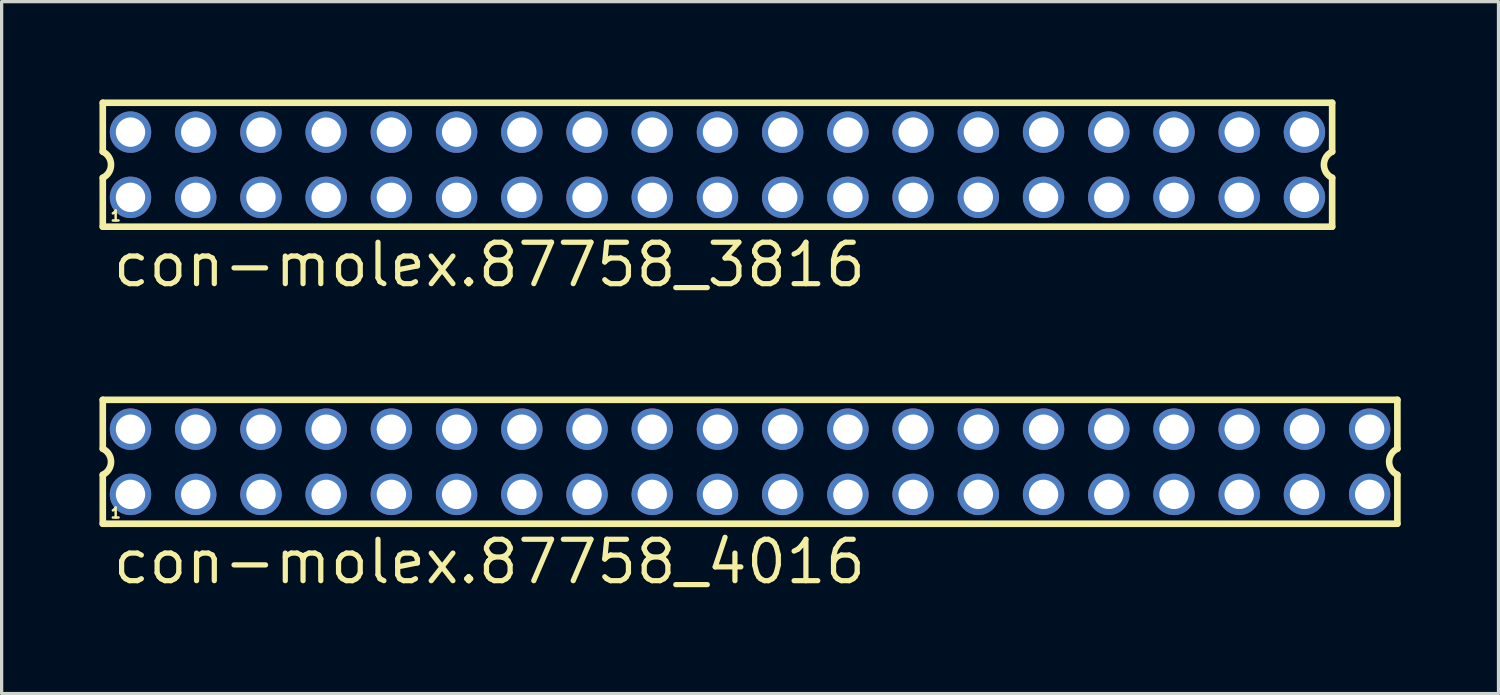
<source format=kicad_pcb>
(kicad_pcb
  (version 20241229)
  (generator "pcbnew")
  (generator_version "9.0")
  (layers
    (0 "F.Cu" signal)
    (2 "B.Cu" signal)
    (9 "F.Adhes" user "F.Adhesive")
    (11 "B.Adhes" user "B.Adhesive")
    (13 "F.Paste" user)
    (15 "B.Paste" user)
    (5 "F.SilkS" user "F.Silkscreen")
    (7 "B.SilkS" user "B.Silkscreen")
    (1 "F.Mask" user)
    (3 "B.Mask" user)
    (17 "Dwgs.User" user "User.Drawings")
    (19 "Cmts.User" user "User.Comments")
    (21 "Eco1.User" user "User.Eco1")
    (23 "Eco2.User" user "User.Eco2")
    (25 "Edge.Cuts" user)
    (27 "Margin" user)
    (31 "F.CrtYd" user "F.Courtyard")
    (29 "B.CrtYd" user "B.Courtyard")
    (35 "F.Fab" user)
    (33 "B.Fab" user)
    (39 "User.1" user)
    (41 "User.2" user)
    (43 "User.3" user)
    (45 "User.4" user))
  (footprint "con-molex.87758_4016"
    (layer "F.Cu")
    (at 19.952 11.111)
    (property "Reference" "con-molex.87758_4016" (at -19.62 3.81 0) (layer "F.SilkS") (effects (font (size 1.27 1.27) (thickness 0.16)) (justify left bottom)))
    (attr through_hole)
    (fp_line (start -19.85 -1.9) (end -19.85 -0.4) (stroke (width 0.203) (type default)) (layer "F.SilkS"))
    (fp_line (start -19.85 0.4) (end -19.85 1.9) (stroke (width 0.203) (type default)) (layer "F.SilkS"))
    (fp_line (start -19.85 1.9) (end 19.85 1.9) (stroke (width 0.203) (type default)) (layer "F.SilkS"))
    (fp_line (start 19.85 -1.9) (end -19.85 -1.9) (stroke (width 0.203) (type default)) (layer "F.SilkS"))
    (fp_line (start 19.85 -0.4) (end 19.85 -1.9) (stroke (width 0.203) (type default)) (layer "F.SilkS"))
    (fp_line (start 19.85 1.9) (end 19.85 0.4) (stroke (width 0.203) (type default)) (layer "F.SilkS"))
    (fp_arc (start -19.85 -0.4) (mid -19.597168 0) (end -19.85 0.4) (stroke (width 0.2032) (type default)) (layer "F.SilkS"))
    (fp_arc (start 19.85 0.4) (mid 19.597168 0) (end 19.85 -0.4) (stroke (width 0.2032) (type default)) (layer "F.SilkS"))
    (fp_rect (start -19.25 -0.75) (end -18.75 -1.25) (stroke (width 0.05) (type default)) (fill no) (layer "F.Fab"))
    (fp_rect (start -19.25 1.25) (end -18.75 0.75) (stroke (width 0.05) (type default)) (fill no) (layer "F.Fab"))
    (fp_rect (start -17.25 -0.75) (end -16.75 -1.25) (stroke (width 0.05) (type default)) (fill no) (layer "F.Fab"))
    (fp_rect (start -17.25 1.25) (end -16.75 0.75) (stroke (width 0.05) (type default)) (fill no) (layer "F.Fab"))
    (fp_rect (start -15.25 -0.75) (end -14.75 -1.25) (stroke (width 0.05) (type default)) (fill no) (layer "F.Fab"))
    (fp_rect (start -15.25 1.25) (end -14.75 0.75) (stroke (width 0.05) (type default)) (fill no) (layer "F.Fab"))
    (fp_rect (start -13.25 -0.75) (end -12.75 -1.25) (stroke (width 0.05) (type default)) (fill no) (layer "F.Fab"))
    (fp_rect (start -13.25 1.25) (end -12.75 0.75) (stroke (width 0.05) (type default)) (fill no) (layer "F.Fab"))
    (fp_rect (start -11.25 -0.75) (end -10.75 -1.25) (stroke (width 0.05) (type default)) (fill no) (layer "F.Fab"))
    (fp_rect (start -11.25 1.25) (end -10.75 0.75) (stroke (width 0.05) (type default)) (fill no) (layer "F.Fab"))
    (fp_rect (start -9.25 -0.75) (end -8.75 -1.25) (stroke (width 0.05) (type default)) (fill no) (layer "F.Fab"))
    (fp_rect (start -9.25 1.25) (end -8.75 0.75) (stroke (width 0.05) (type default)) (fill no) (layer "F.Fab"))
    (fp_rect (start -7.25 -0.75) (end -6.75 -1.25) (stroke (width 0.05) (type default)) (fill no) (layer "F.Fab"))
    (fp_rect (start -7.25 1.25) (end -6.75 0.75) (stroke (width 0.05) (type default)) (fill no) (layer "F.Fab"))
    (fp_rect (start -5.25 -0.75) (end -4.75 -1.25) (stroke (width 0.05) (type default)) (fill no) (layer "F.Fab"))
    (fp_rect (start -5.25 1.25) (end -4.75 0.75) (stroke (width 0.05) (type default)) (fill no) (layer "F.Fab"))
    (fp_rect (start -3.25 -0.75) (end -2.75 -1.25) (stroke (width 0.05) (type default)) (fill no) (layer "F.Fab"))
    (fp_rect (start -3.25 1.25) (end -2.75 0.75) (stroke (width 0.05) (type default)) (fill no) (layer "F.Fab"))
    (fp_rect (start -1.25 -0.75) (end -0.75 -1.25) (stroke (width 0.05) (type default)) (fill no) (layer "F.Fab"))
    (fp_rect (start -1.25 1.25) (end -0.75 0.75) (stroke (width 0.05) (type default)) (fill no) (layer "F.Fab"))
    (fp_rect (start 0.75 -0.75) (end 1.25 -1.25) (stroke (width 0.05) (type default)) (fill no) (layer "F.Fab"))
    (fp_rect (start 0.75 1.25) (end 1.25 0.75) (stroke (width 0.05) (type default)) (fill no) (layer "F.Fab"))
    (fp_rect (start 2.75 -0.75) (end 3.25 -1.25) (stroke (width 0.05) (type default)) (fill no) (layer "F.Fab"))
    (fp_rect (start 2.75 1.25) (end 3.25 0.75) (stroke (width 0.05) (type default)) (fill no) (layer "F.Fab"))
    (fp_rect (start 4.75 -0.75) (end 5.25 -1.25) (stroke (width 0.05) (type default)) (fill no) (layer "F.Fab"))
    (fp_rect (start 4.75 1.25) (end 5.25 0.75) (stroke (width 0.05) (type default)) (fill no) (layer "F.Fab"))
    (fp_rect (start 6.75 -0.75) (end 7.25 -1.25) (stroke (width 0.05) (type default)) (fill no) (layer "F.Fab"))
    (fp_rect (start 6.75 1.25) (end 7.25 0.75) (stroke (width 0.05) (type default)) (fill no) (layer "F.Fab"))
    (fp_rect (start 8.75 -0.75) (end 9.25 -1.25) (stroke (width 0.05) (type default)) (fill no) (layer "F.Fab"))
    (fp_rect (start 8.75 1.25) (end 9.25 0.75) (stroke (width 0.05) (type default)) (fill no) (layer "F.Fab"))
    (fp_rect (start 10.75 -0.75) (end 11.25 -1.25) (stroke (width 0.05) (type default)) (fill no) (layer "F.Fab"))
    (fp_rect (start 10.75 1.25) (end 11.25 0.75) (stroke (width 0.05) (type default)) (fill no) (layer "F.Fab"))
    (fp_rect (start 12.75 -0.75) (end 13.25 -1.25) (stroke (width 0.05) (type default)) (fill no) (layer "F.Fab"))
    (fp_rect (start 12.75 1.25) (end 13.25 0.75) (stroke (width 0.05) (type default)) (fill no) (layer "F.Fab"))
    (fp_rect (start 14.75 -0.75) (end 15.25 -1.25) (stroke (width 0.05) (type default)) (fill no) (layer "F.Fab"))
    (fp_rect (start 14.75 1.25) (end 15.25 0.75) (stroke (width 0.05) (type default)) (fill no) (layer "F.Fab"))
    (fp_rect (start 16.75 -0.75) (end 17.25 -1.25) (stroke (width 0.05) (type default)) (fill no) (layer "F.Fab"))
    (fp_rect (start 16.75 1.25) (end 17.25 0.75) (stroke (width 0.05) (type default)) (fill no) (layer "F.Fab"))
    (fp_rect (start 18.75 -0.75) (end 19.25 -1.25) (stroke (width 0.05) (type default)) (fill no) (layer "F.Fab"))
    (fp_rect (start 18.75 1.25) (end 19.25 0.75) (stroke (width 0.05) (type default)) (fill no) (layer "F.Fab"))
    (fp_text user "1" (at -19.65 1.75 0) (layer "F.SilkS") (effects (font (size 0.305 0.305) (thickness 0.15)) (justify left bottom)))
    (pad "1" thru_hole circle (at -19 1) (size 1.27 1.27) (drill 0.9) (layers "*.Cu" "*.Mask"))
    (pad "2" thru_hole circle (at -19 -1) (size 1.27 1.27) (drill 0.9) (layers "*.Cu" "*.Mask"))
    (pad "3" thru_hole circle (at -17 1) (size 1.27 1.27) (drill 0.9) (layers "*.Cu" "*.Mask"))
    (pad "4" thru_hole circle (at -17 -1) (size 1.27 1.27) (drill 0.9) (layers "*.Cu" "*.Mask"))
    (pad "5" thru_hole circle (at -15 1) (size 1.27 1.27) (drill 0.9) (layers "*.Cu" "*.Mask"))
    (pad "6" thru_hole circle (at -15 -1) (size 1.27 1.27) (drill 0.9) (layers "*.Cu" "*.Mask"))
    (pad "7" thru_hole circle (at -13 1) (size 1.27 1.27) (drill 0.9) (layers "*.Cu" "*.Mask"))
    (pad "8" thru_hole circle (at -13 -1) (size 1.27 1.27) (drill 0.9) (layers "*.Cu" "*.Mask"))
    (pad "9" thru_hole circle (at -11 1) (size 1.27 1.27) (drill 0.9) (layers "*.Cu" "*.Mask"))
    (pad "10" thru_hole circle (at -11 -1) (size 1.27 1.27) (drill 0.9) (layers "*.Cu" "*.Mask"))
    (pad "11" thru_hole circle (at -9 1) (size 1.27 1.27) (drill 0.9) (layers "*.Cu" "*.Mask"))
    (pad "12" thru_hole circle (at -9 -1) (size 1.27 1.27) (drill 0.9) (layers "*.Cu" "*.Mask"))
    (pad "13" thru_hole circle (at -7 1) (size 1.27 1.27) (drill 0.9) (layers "*.Cu" "*.Mask"))
    (pad "14" thru_hole circle (at -7 -1) (size 1.27 1.27) (drill 0.9) (layers "*.Cu" "*.Mask"))
    (pad "15" thru_hole circle (at -5 1) (size 1.27 1.27) (drill 0.9) (layers "*.Cu" "*.Mask"))
    (pad "16" thru_hole circle (at -5 -1) (size 1.27 1.27) (drill 0.9) (layers "*.Cu" "*.Mask"))
    (pad "17" thru_hole circle (at -3 1) (size 1.27 1.27) (drill 0.9) (layers "*.Cu" "*.Mask"))
    (pad "18" thru_hole circle (at -3 -1) (size 1.27 1.27) (drill 0.9) (layers "*.Cu" "*.Mask"))
    (pad "19" thru_hole circle (at -1 1) (size 1.27 1.27) (drill 0.9) (layers "*.Cu" "*.Mask"))
    (pad "20" thru_hole circle (at -1 -1) (size 1.27 1.27) (drill 0.9) (layers "*.Cu" "*.Mask"))
    (pad "21" thru_hole circle (at 1 1) (size 1.27 1.27) (drill 0.9) (layers "*.Cu" "*.Mask"))
    (pad "22" thru_hole circle (at 1 -1) (size 1.27 1.27) (drill 0.9) (layers "*.Cu" "*.Mask"))
    (pad "23" thru_hole circle (at 3 1) (size 1.27 1.27) (drill 0.9) (layers "*.Cu" "*.Mask"))
    (pad "24" thru_hole circle (at 3 -1) (size 1.27 1.27) (drill 0.9) (layers "*.Cu" "*.Mask"))
    (pad "25" thru_hole circle (at 5 1) (size 1.27 1.27) (drill 0.9) (layers "*.Cu" "*.Mask"))
    (pad "26" thru_hole circle (at 5 -1) (size 1.27 1.27) (drill 0.9) (layers "*.Cu" "*.Mask"))
    (pad "27" thru_hole circle (at 7 1) (size 1.27 1.27) (drill 0.9) (layers "*.Cu" "*.Mask"))
    (pad "28" thru_hole circle (at 7 -1) (size 1.27 1.27) (drill 0.9) (layers "*.Cu" "*.Mask"))
    (pad "29" thru_hole circle (at 9 1) (size 1.27 1.27) (drill 0.9) (layers "*.Cu" "*.Mask"))
    (pad "30" thru_hole circle (at 9 -1) (size 1.27 1.27) (drill 0.9) (layers "*.Cu" "*.Mask"))
    (pad "31" thru_hole circle (at 11 1) (size 1.27 1.27) (drill 0.9) (layers "*.Cu" "*.Mask"))
    (pad "32" thru_hole circle (at 11 -1) (size 1.27 1.27) (drill 0.9) (layers "*.Cu" "*.Mask"))
    (pad "33" thru_hole circle (at 13 1) (size 1.27 1.27) (drill 0.9) (layers "*.Cu" "*.Mask"))
    (pad "34" thru_hole circle (at 13 -1) (size 1.27 1.27) (drill 0.9) (layers "*.Cu" "*.Mask"))
    (pad "35" thru_hole circle (at 15 1) (size 1.27 1.27) (drill 0.9) (layers "*.Cu" "*.Mask"))
    (pad "36" thru_hole circle (at 15 -1) (size 1.27 1.27) (drill 0.9) (layers "*.Cu" "*.Mask"))
    (pad "37" thru_hole circle (at 17 1) (size 1.27 1.27) (drill 0.9) (layers "*.Cu" "*.Mask"))
    (pad "38" thru_hole circle (at 17 -1) (size 1.27 1.27) (drill 0.9) (layers "*.Cu" "*.Mask"))
    (pad "39" thru_hole circle (at 19 1) (size 1.27 1.27) (drill 0.9) (layers "*.Cu" "*.Mask"))
    (pad "40" thru_hole circle (at 19 -1) (size 1.27 1.27) (drill 0.9) (layers "*.Cu" "*.Mask")))
  (footprint "con-molex.87758_3816"
    (layer "F.Cu")
    (at 18.952 2.002)
    (property "Reference" "con-molex.87758_3816" (at -18.62 3.81 0) (layer "F.SilkS") (effects (font (size 1.27 1.27) (thickness 0.16)) (justify left bottom)))
    (attr through_hole)
    (fp_line (start -18.85 -1.9) (end -18.85 -0.4) (stroke (width 0.203) (type default)) (layer "F.SilkS"))
    (fp_line (start -18.85 0.4) (end -18.85 1.9) (stroke (width 0.203) (type default)) (layer "F.SilkS"))
    (fp_line (start -18.85 1.9) (end 18.85 1.9) (stroke (width 0.203) (type default)) (layer "F.SilkS"))
    (fp_line (start 18.85 -1.9) (end -18.85 -1.9) (stroke (width 0.203) (type default)) (layer "F.SilkS"))
    (fp_line (start 18.85 -0.4) (end 18.85 -1.9) (stroke (width 0.203) (type default)) (layer "F.SilkS"))
    (fp_line (start 18.85 1.9) (end 18.85 0.4) (stroke (width 0.203) (type default)) (layer "F.SilkS"))
    (fp_arc (start -18.85 -0.4) (mid -18.597168 0) (end -18.85 0.4) (stroke (width 0.2032) (type default)) (layer "F.SilkS"))
    (fp_arc (start 18.85 0.4) (mid 18.597168 0) (end 18.85 -0.4) (stroke (width 0.2032) (type default)) (layer "F.SilkS"))
    (fp_rect (start -18.25 -0.75) (end -17.75 -1.25) (stroke (width 0.05) (type default)) (fill no) (layer "F.Fab"))
    (fp_rect (start -18.25 1.25) (end -17.75 0.75) (stroke (width 0.05) (type default)) (fill no) (layer "F.Fab"))
    (fp_rect (start -16.25 -0.75) (end -15.75 -1.25) (stroke (width 0.05) (type default)) (fill no) (layer "F.Fab"))
    (fp_rect (start -16.25 1.25) (end -15.75 0.75) (stroke (width 0.05) (type default)) (fill no) (layer "F.Fab"))
    (fp_rect (start -14.25 -0.75) (end -13.75 -1.25) (stroke (width 0.05) (type default)) (fill no) (layer "F.Fab"))
    (fp_rect (start -14.25 1.25) (end -13.75 0.75) (stroke (width 0.05) (type default)) (fill no) (layer "F.Fab"))
    (fp_rect (start -12.25 -0.75) (end -11.75 -1.25) (stroke (width 0.05) (type default)) (fill no) (layer "F.Fab"))
    (fp_rect (start -12.25 1.25) (end -11.75 0.75) (stroke (width 0.05) (type default)) (fill no) (layer "F.Fab"))
    (fp_rect (start -10.25 -0.75) (end -9.75 -1.25) (stroke (width 0.05) (type default)) (fill no) (layer "F.Fab"))
    (fp_rect (start -10.25 1.25) (end -9.75 0.75) (stroke (width 0.05) (type default)) (fill no) (layer "F.Fab"))
    (fp_rect (start -8.25 -0.75) (end -7.75 -1.25) (stroke (width 0.05) (type default)) (fill no) (layer "F.Fab"))
    (fp_rect (start -8.25 1.25) (end -7.75 0.75) (stroke (width 0.05) (type default)) (fill no) (layer "F.Fab"))
    (fp_rect (start -6.25 -0.75) (end -5.75 -1.25) (stroke (width 0.05) (type default)) (fill no) (layer "F.Fab"))
    (fp_rect (start -6.25 1.25) (end -5.75 0.75) (stroke (width 0.05) (type default)) (fill no) (layer "F.Fab"))
    (fp_rect (start -4.25 -0.75) (end -3.75 -1.25) (stroke (width 0.05) (type default)) (fill no) (layer "F.Fab"))
    (fp_rect (start -4.25 1.25) (end -3.75 0.75) (stroke (width 0.05) (type default)) (fill no) (layer "F.Fab"))
    (fp_rect (start -2.25 -0.75) (end -1.75 -1.25) (stroke (width 0.05) (type default)) (fill no) (layer "F.Fab"))
    (fp_rect (start -2.25 1.25) (end -1.75 0.75) (stroke (width 0.05) (type default)) (fill no) (layer "F.Fab"))
    (fp_rect (start -0.25 -0.75) (end 0.25 -1.25) (stroke (width 0.05) (type default)) (fill no) (layer "F.Fab"))
    (fp_rect (start -0.25 1.25) (end 0.25 0.75) (stroke (width 0.05) (type default)) (fill no) (layer "F.Fab"))
    (fp_rect (start 1.75 -0.75) (end 2.25 -1.25) (stroke (width 0.05) (type default)) (fill no) (layer "F.Fab"))
    (fp_rect (start 1.75 1.25) (end 2.25 0.75) (stroke (width 0.05) (type default)) (fill no) (layer "F.Fab"))
    (fp_rect (start 3.75 -0.75) (end 4.25 -1.25) (stroke (width 0.05) (type default)) (fill no) (layer "F.Fab"))
    (fp_rect (start 3.75 1.25) (end 4.25 0.75) (stroke (width 0.05) (type default)) (fill no) (layer "F.Fab"))
    (fp_rect (start 5.75 -0.75) (end 6.25 -1.25) (stroke (width 0.05) (type default)) (fill no) (layer "F.Fab"))
    (fp_rect (start 5.75 1.25) (end 6.25 0.75) (stroke (width 0.05) (type default)) (fill no) (layer "F.Fab"))
    (fp_rect (start 7.75 -0.75) (end 8.25 -1.25) (stroke (width 0.05) (type default)) (fill no) (layer "F.Fab"))
    (fp_rect (start 7.75 1.25) (end 8.25 0.75) (stroke (width 0.05) (type default)) (fill no) (layer "F.Fab"))
    (fp_rect (start 9.75 -0.75) (end 10.25 -1.25) (stroke (width 0.05) (type default)) (fill no) (layer "F.Fab"))
    (fp_rect (start 9.75 1.25) (end 10.25 0.75) (stroke (width 0.05) (type default)) (fill no) (layer "F.Fab"))
    (fp_rect (start 11.75 -0.75) (end 12.25 -1.25) (stroke (width 0.05) (type default)) (fill no) (layer "F.Fab"))
    (fp_rect (start 11.75 1.25) (end 12.25 0.75) (stroke (width 0.05) (type default)) (fill no) (layer "F.Fab"))
    (fp_rect (start 13.75 -0.75) (end 14.25 -1.25) (stroke (width 0.05) (type default)) (fill no) (layer "F.Fab"))
    (fp_rect (start 13.75 1.25) (end 14.25 0.75) (stroke (width 0.05) (type default)) (fill no) (layer "F.Fab"))
    (fp_rect (start 15.75 -0.75) (end 16.25 -1.25) (stroke (width 0.05) (type default)) (fill no) (layer "F.Fab"))
    (fp_rect (start 15.75 1.25) (end 16.25 0.75) (stroke (width 0.05) (type default)) (fill no) (layer "F.Fab"))
    (fp_rect (start 17.75 -0.75) (end 18.25 -1.25) (stroke (width 0.05) (type default)) (fill no) (layer "F.Fab"))
    (fp_rect (start 17.75 1.25) (end 18.25 0.75) (stroke (width 0.05) (type default)) (fill no) (layer "F.Fab"))
    (fp_text user "1" (at -18.65 1.75 0) (layer "F.SilkS") (effects (font (size 0.305 0.305) (thickness 0.15)) (justify left bottom)))
    (pad "1" thru_hole circle (at -18 1) (size 1.27 1.27) (drill 0.9) (layers "*.Cu" "*.Mask"))
    (pad "2" thru_hole circle (at -18 -1) (size 1.27 1.27) (drill 0.9) (layers "*.Cu" "*.Mask"))
    (pad "3" thru_hole circle (at -16 1) (size 1.27 1.27) (drill 0.9) (layers "*.Cu" "*.Mask"))
    (pad "4" thru_hole circle (at -16 -1) (size 1.27 1.27) (drill 0.9) (layers "*.Cu" "*.Mask"))
    (pad "5" thru_hole circle (at -14 1) (size 1.27 1.27) (drill 0.9) (layers "*.Cu" "*.Mask"))
    (pad "6" thru_hole circle (at -14 -1) (size 1.27 1.27) (drill 0.9) (layers "*.Cu" "*.Mask"))
    (pad "7" thru_hole circle (at -12 1) (size 1.27 1.27) (drill 0.9) (layers "*.Cu" "*.Mask"))
    (pad "8" thru_hole circle (at -12 -1) (size 1.27 1.27) (drill 0.9) (layers "*.Cu" "*.Mask"))
    (pad "9" thru_hole circle (at -10 1) (size 1.27 1.27) (drill 0.9) (layers "*.Cu" "*.Mask"))
    (pad "10" thru_hole circle (at -10 -1) (size 1.27 1.27) (drill 0.9) (layers "*.Cu" "*.Mask"))
    (pad "11" thru_hole circle (at -8 1) (size 1.27 1.27) (drill 0.9) (layers "*.Cu" "*.Mask"))
    (pad "12" thru_hole circle (at -8 -1) (size 1.27 1.27) (drill 0.9) (layers "*.Cu" "*.Mask"))
    (pad "13" thru_hole circle (at -6 1) (size 1.27 1.27) (drill 0.9) (layers "*.Cu" "*.Mask"))
    (pad "14" thru_hole circle (at -6 -1) (size 1.27 1.27) (drill 0.9) (layers "*.Cu" "*.Mask"))
    (pad "15" thru_hole circle (at -4 1) (size 1.27 1.27) (drill 0.9) (layers "*.Cu" "*.Mask"))
    (pad "16" thru_hole circle (at -4 -1) (size 1.27 1.27) (drill 0.9) (layers "*.Cu" "*.Mask"))
    (pad "17" thru_hole circle (at -2 1) (size 1.27 1.27) (drill 0.9) (layers "*.Cu" "*.Mask"))
    (pad "18" thru_hole circle (at -2 -1) (size 1.27 1.27) (drill 0.9) (layers "*.Cu" "*.Mask"))
    (pad "19" thru_hole circle (at 0 1) (size 1.27 1.27) (drill 0.9) (layers "*.Cu" "*.Mask"))
    (pad "20" thru_hole circle (at 0 -1) (size 1.27 1.27) (drill 0.9) (layers "*.Cu" "*.Mask"))
    (pad "21" thru_hole circle (at 2 1) (size 1.27 1.27) (drill 0.9) (layers "*.Cu" "*.Mask"))
    (pad "22" thru_hole circle (at 2 -1) (size 1.27 1.27) (drill 0.9) (layers "*.Cu" "*.Mask"))
    (pad "23" thru_hole circle (at 4 1) (size 1.27 1.27) (drill 0.9) (layers "*.Cu" "*.Mask"))
    (pad "24" thru_hole circle (at 4 -1) (size 1.27 1.27) (drill 0.9) (layers "*.Cu" "*.Mask"))
    (pad "25" thru_hole circle (at 6 1) (size 1.27 1.27) (drill 0.9) (layers "*.Cu" "*.Mask"))
    (pad "26" thru_hole circle (at 6 -1) (size 1.27 1.27) (drill 0.9) (layers "*.Cu" "*.Mask"))
    (pad "27" thru_hole circle (at 8 1) (size 1.27 1.27) (drill 0.9) (layers "*.Cu" "*.Mask"))
    (pad "28" thru_hole circle (at 8 -1) (size 1.27 1.27) (drill 0.9) (layers "*.Cu" "*.Mask"))
    (pad "29" thru_hole circle (at 10 1) (size 1.27 1.27) (drill 0.9) (layers "*.Cu" "*.Mask"))
    (pad "30" thru_hole circle (at 10 -1) (size 1.27 1.27) (drill 0.9) (layers "*.Cu" "*.Mask"))
    (pad "31" thru_hole circle (at 12 1) (size 1.27 1.27) (drill 0.9) (layers "*.Cu" "*.Mask"))
    (pad "32" thru_hole circle (at 12 -1) (size 1.27 1.27) (drill 0.9) (layers "*.Cu" "*.Mask"))
    (pad "33" thru_hole circle (at 14 1) (size 1.27 1.27) (drill 0.9) (layers "*.Cu" "*.Mask"))
    (pad "34" thru_hole circle (at 14 -1) (size 1.27 1.27) (drill 0.9) (layers "*.Cu" "*.Mask"))
    (pad "35" thru_hole circle (at 16 1) (size 1.27 1.27) (drill 0.9) (layers "*.Cu" "*.Mask"))
    (pad "36" thru_hole circle (at 16 -1) (size 1.27 1.27) (drill 0.9) (layers "*.Cu" "*.Mask"))
    (pad "37" thru_hole circle (at 18 1) (size 1.27 1.27) (drill 0.9) (layers "*.Cu" "*.Mask"))
    (pad "38" thru_hole circle (at 18 -1) (size 1.27 1.27) (drill 0.9) (layers "*.Cu" "*.Mask")))
  (gr_rect
    (start -3 -3)
    (end 42.903 18.218)
    (stroke (width 0.1) (type default))
    (fill no)
    (layer "Edge.Cuts")))
</source>
